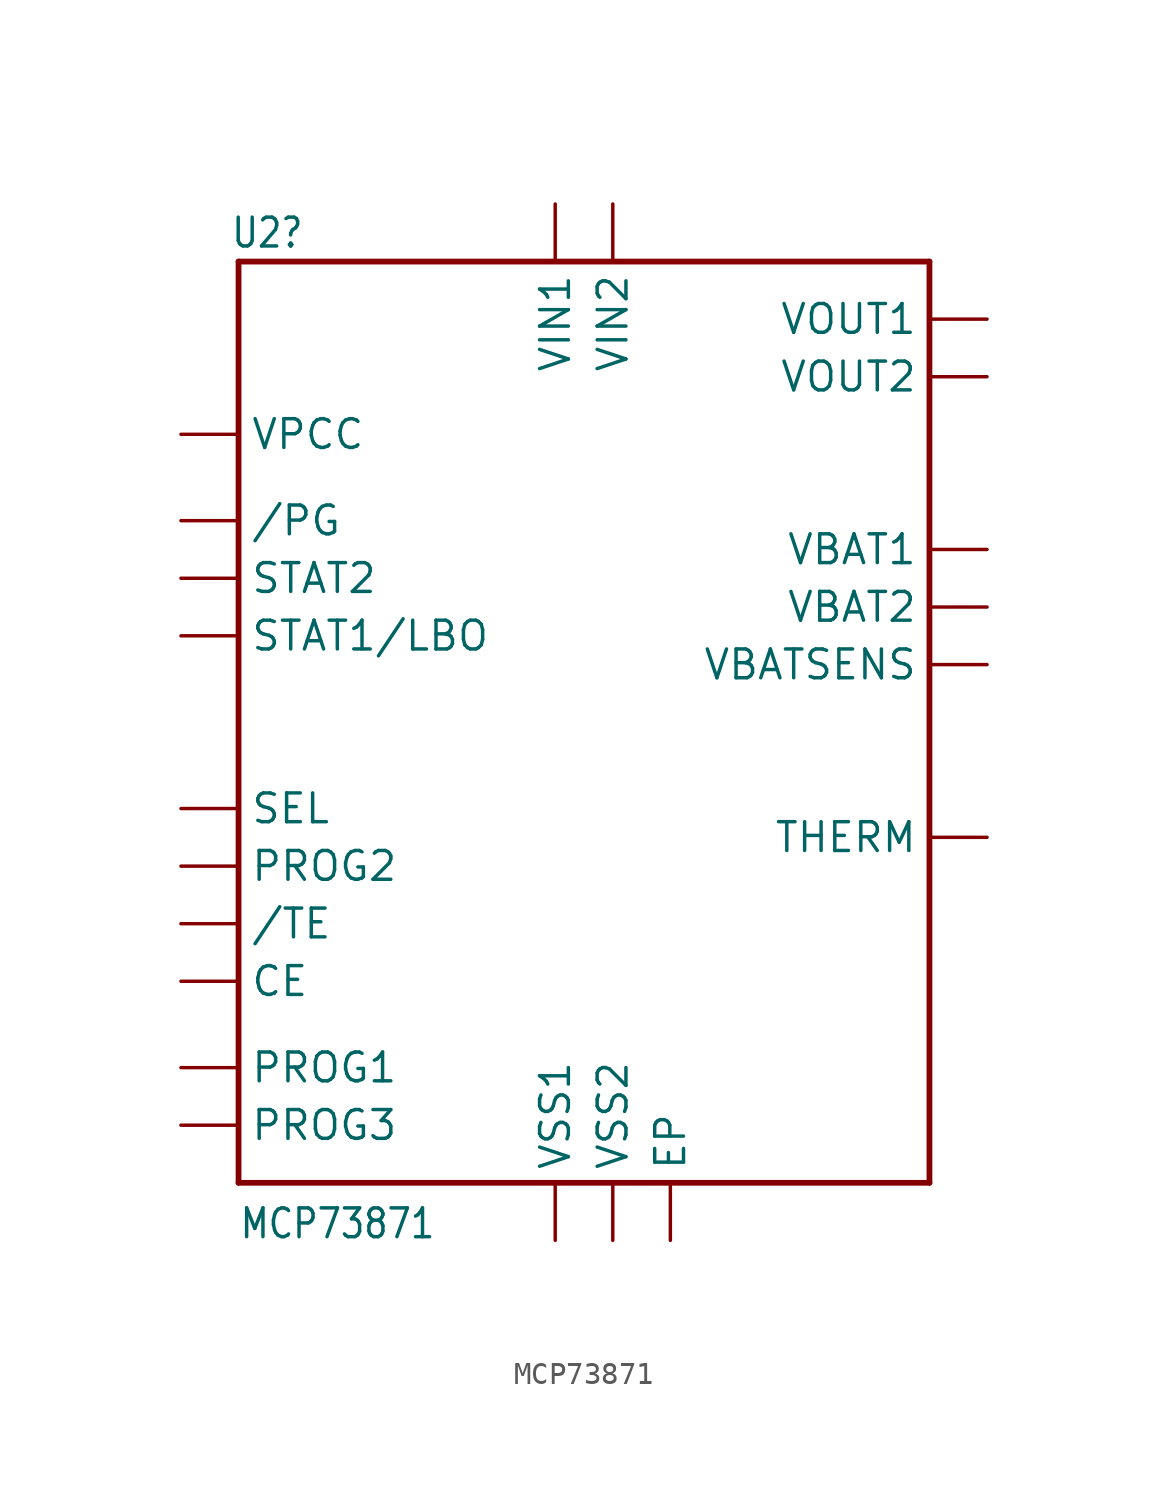
<source format=kicad_sym>
(kicad_symbol_lib
  (version 20220914)
  (generator kicad_symbol_editor)
  (symbol "MCP73871"
    (property "Reference" "U2"
      (at -13.97 21.59 0)
      (effects (font (size 1.27 1.079))))
    (property "Value" "MCP73871"
      (at -15.24 -22.86 0)
      (effects (font (size 1.27 1.079)) (justify left bottom)))
    (property "LCSC" ""
      (at 0 0 0)
      (effects (font (size 1.27 1.27))))
    (property "ki_locked" ""
      (at 0 0 0)
      (effects (font (size 1.27 1.27))))
    (symbol "MCP73871_1_0"
      (polyline (pts (xy -15.24 -20.32) (xy -15.24 20.32)) (stroke (width 0.254) (type solid)) (fill (type none)))
      (polyline (pts (xy -15.24 20.32) (xy 15.24 20.32)) (stroke (width 0.254) (type solid)) (fill (type none)))
      (polyline (pts (xy 15.24 -20.32) (xy -15.24 -20.32)) (stroke (width 0.254) (type solid)) (fill (type none)))
      (polyline (pts (xy 15.24 20.32) (xy 15.24 -20.32)) (stroke (width 0.254) (type solid)) (fill (type none)))
      (pin bidirectional line (at 17.78 17.78 180) (length 2.54) (name "VOUT1" (effects (font (size 1.27 1.27)))) (number "P$1" (effects (font (size 0 0)))))
      (pin bidirectional line (at -1.27 -22.86 90) (length 2.54) (name "VSS1" (effects (font (size 1.27 1.27)))) (number "P$10" (effects (font (size 0 0)))))
      (pin bidirectional line (at 1.27 -22.86 90) (length 2.54) (name "VSS2" (effects (font (size 1.27 1.27)))) (number "P$11" (effects (font (size 0 0)))))
      (pin bidirectional line (at -17.78 -17.78 0) (length 2.54) (name "PROG3" (effects (font (size 1.27 1.27)))) (number "P$12" (effects (font (size 0 0)))))
      (pin bidirectional line (at -17.78 -15.24 0) (length 2.54) (name "PROG1" (effects (font (size 1.27 1.27)))) (number "P$13" (effects (font (size 0 0)))))
      (pin bidirectional line (at 17.78 7.62 180) (length 2.54) (name "VBAT1" (effects (font (size 1.27 1.27)))) (number "P$14" (effects (font (size 0 0)))))
      (pin bidirectional line (at 17.78 5.08 180) (length 2.54) (name "VBAT2" (effects (font (size 1.27 1.27)))) (number "P$15" (effects (font (size 0 0)))))
      (pin bidirectional line (at 17.78 2.54 180) (length 2.54) (name "VBATSENS" (effects (font (size 1.27 1.27)))) (number "P$16" (effects (font (size 0 0)))))
      (pin bidirectional line (at -17.78 -11.43 0) (length 2.54) (name "CE" (effects (font (size 1.27 1.27)))) (number "P$17" (effects (font (size 0 0)))))
      (pin bidirectional line (at -1.27 22.86 270) (length 2.54) (name "VIN1" (effects (font (size 1.27 1.27)))) (number "P$18" (effects (font (size 0 0)))))
      (pin bidirectional line (at 1.27 22.86 270) (length 2.54) (name "VIN2" (effects (font (size 1.27 1.27)))) (number "P$19" (effects (font (size 0 0)))))
      (pin bidirectional line (at -17.78 12.7 0) (length 2.54) (name "VPCC" (effects (font (size 1.27 1.27)))) (number "P$2" (effects (font (size 0 0)))))
      (pin bidirectional line (at 17.78 15.24 180) (length 2.54) (name "VOUT2" (effects (font (size 1.27 1.27)))) (number "P$20" (effects (font (size 0 0)))))
      (pin bidirectional line (at 3.81 -22.86 90) (length 2.54) (name "EP" (effects (font (size 1.27 1.27)))) (number "P$21" (effects (font (size 0 0)))))
      (pin bidirectional line (at -17.78 -3.81 0) (length 2.54) (name "SEL" (effects (font (size 1.27 1.27)))) (number "P$3" (effects (font (size 0 0)))))
      (pin bidirectional line (at -17.78 -6.35 0) (length 2.54) (name "PROG2" (effects (font (size 1.27 1.27)))) (number "P$4" (effects (font (size 0 0)))))
      (pin bidirectional line (at 17.78 -5.08 180) (length 2.54) (name "THERM" (effects (font (size 1.27 1.27)))) (number "P$5" (effects (font (size 0 0)))))
      (pin bidirectional line (at -17.78 8.89 0) (length 2.54) (name "/PG" (effects (font (size 1.27 1.27)))) (number "P$6" (effects (font (size 0 0)))))
      (pin bidirectional line (at -17.78 6.35 0) (length 2.54) (name "STAT2" (effects (font (size 1.27 1.27)))) (number "P$7" (effects (font (size 0 0)))))
      (pin bidirectional line (at -17.78 3.81 0) (length 2.54) (name "STAT1/LBO" (effects (font (size 1.27 1.27)))) (number "P$8" (effects (font (size 0 0)))))
      (pin bidirectional line (at -17.78 -8.89 0) (length 2.54) (name "/TE" (effects (font (size 1.27 1.27)))) (number "P$9" (effects (font (size 0 0))))))))
</source>
